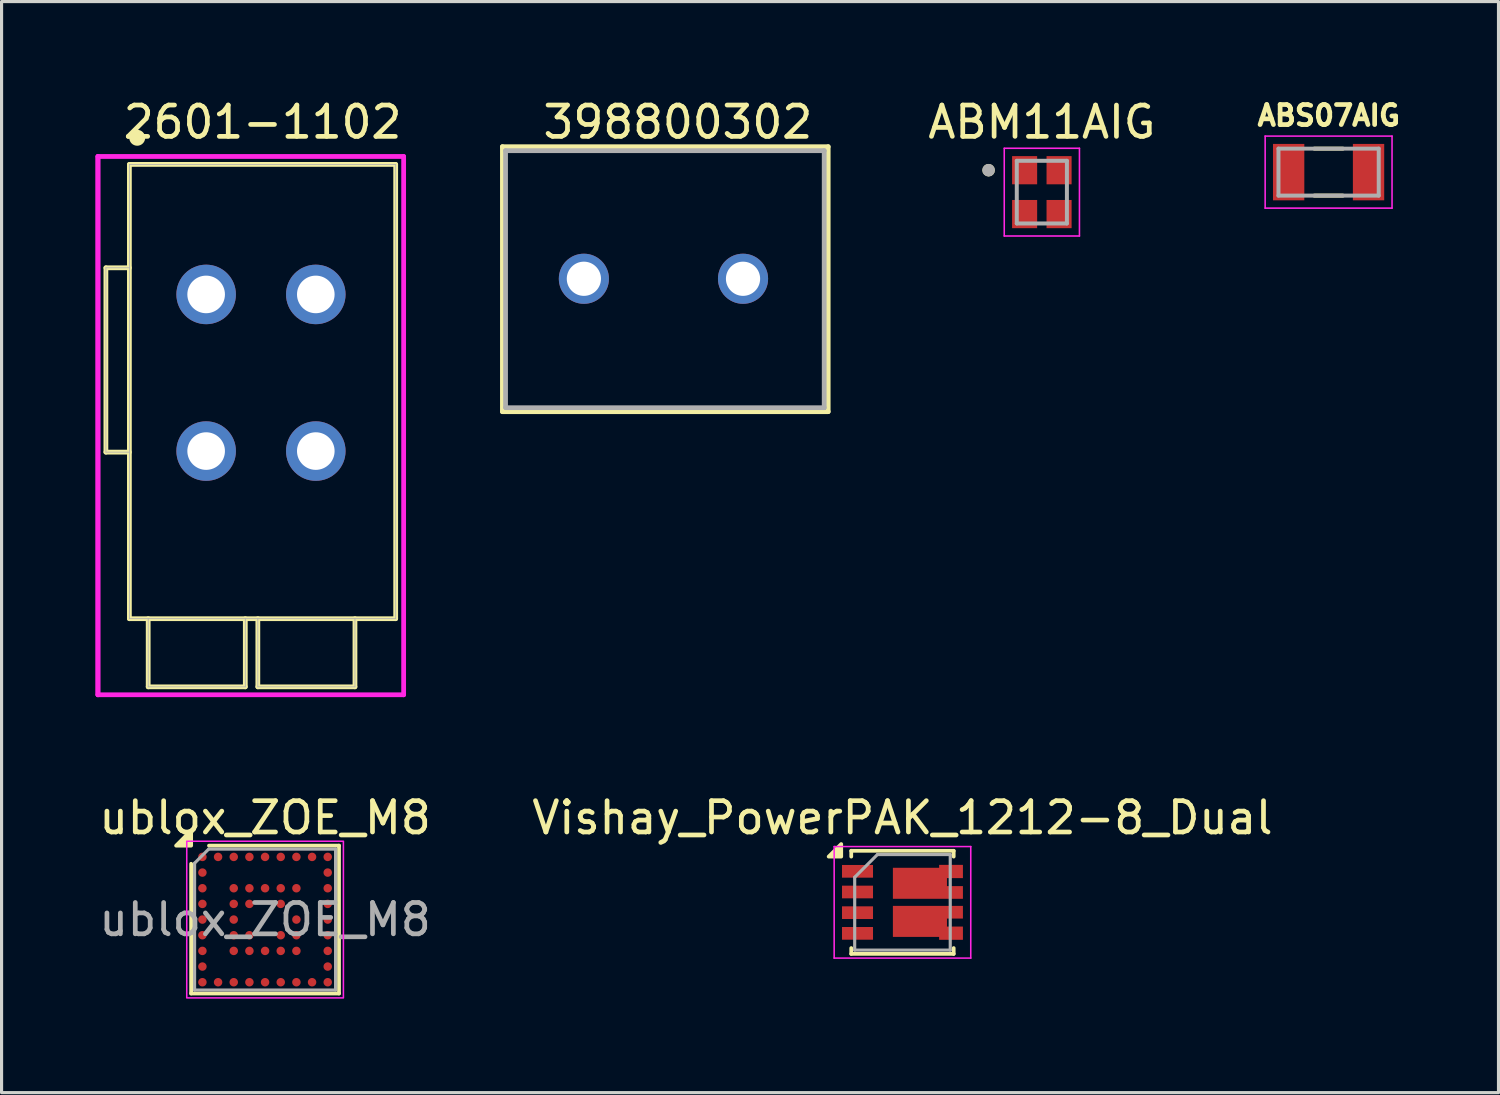
<source format=kicad_pcb>
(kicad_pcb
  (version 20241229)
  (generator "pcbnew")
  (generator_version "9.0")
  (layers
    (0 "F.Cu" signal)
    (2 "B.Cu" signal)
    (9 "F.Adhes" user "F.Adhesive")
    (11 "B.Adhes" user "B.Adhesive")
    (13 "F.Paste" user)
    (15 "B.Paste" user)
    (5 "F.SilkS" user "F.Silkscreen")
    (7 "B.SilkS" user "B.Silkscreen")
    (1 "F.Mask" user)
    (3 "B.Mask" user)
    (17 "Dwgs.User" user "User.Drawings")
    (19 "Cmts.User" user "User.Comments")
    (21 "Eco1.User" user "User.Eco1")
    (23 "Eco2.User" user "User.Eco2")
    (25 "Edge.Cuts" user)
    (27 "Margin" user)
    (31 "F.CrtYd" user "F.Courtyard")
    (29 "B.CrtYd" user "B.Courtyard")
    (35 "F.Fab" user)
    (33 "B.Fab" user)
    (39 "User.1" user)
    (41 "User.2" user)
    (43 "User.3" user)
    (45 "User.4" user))
  (footprint "ublox_ZOE_M8"
    (layer "F.Cu")
    (at 5.411 26.302)
    (property "Reference" "ublox_ZOE_M8" (at 0 -3.25 0) (layer "F.SilkS") (effects (font (size 1 1) (thickness 0.15))))
    (attr smd)
    (fp_line (start -2.36 2.36) (end -2.36 -1.78) (stroke (width 0.12) (type default)) (layer "F.SilkS"))
    (fp_line (start -1.79 -2.36) (end 2.36 -2.36) (stroke (width 0.12) (type default)) (layer "F.SilkS"))
    (fp_line (start 2.36 -2.36) (end 2.36 2.36) (stroke (width 0.12) (type default)) (layer "F.SilkS"))
    (fp_line (start 2.36 2.36) (end -2.36 2.36) (stroke (width 0.12) (type default)) (layer "F.SilkS"))
    (fp_poly (pts (xy -2.36 -2.36) (xy -2.36 -2.84) (xy -2.84 -2.36)) (stroke (width 0.12) (type solid)) (fill yes) (layer "F.SilkS"))
    (fp_rect (start -2.5 -2.5) (end 2.5 2.5) (stroke (width 0.05) (type default)) (fill no) (layer "F.CrtYd"))
    (fp_line (start -2.25 -1.8) (end -1.8 -2.25) (stroke (width 0.1) (type default)) (layer "F.Fab"))
    (fp_line (start -2.25 2.25) (end -2.25 -1.8) (stroke (width 0.1) (type default)) (layer "F.Fab"))
    (fp_line (start -1.8 -2.25) (end 2.25 -2.25) (stroke (width 0.1) (type default)) (layer "F.Fab"))
    (fp_line (start 2.25 -2.25) (end 2.25 2.25) (stroke (width 0.1) (type default)) (layer "F.Fab"))
    (fp_line (start 2.25 2.25) (end -2.25 2.25) (stroke (width 0.1) (type default)) (layer "F.Fab"))
    (fp_text user "${REFERENCE}" (at 0 0 0) (layer "F.Fab") (effects (font (size 1 1) (thickness 0.15))))
    (pad "A1" smd circle (at -2 -2) (size 0.27 0.27) (layers "F.Cu" "F.Mask" "F.Paste"))
    (pad "A2" smd circle (at -1.5 -2) (size 0.27 0.27) (layers "F.Cu" "F.Mask" "F.Paste"))
    (pad "A3" smd circle (at -1 -2) (size 0.27 0.27) (layers "F.Cu" "F.Mask" "F.Paste"))
    (pad "A4" smd circle (at -0.5 -2) (size 0.27 0.27) (layers "F.Cu" "F.Mask" "F.Paste"))
    (pad "A5" smd circle (at 0 -2) (size 0.27 0.27) (layers "F.Cu" "F.Mask" "F.Paste"))
    (pad "A6" smd circle (at 0.5 -2) (size 0.27 0.27) (layers "F.Cu" "F.Mask" "F.Paste"))
    (pad "A7" smd circle (at 1 -2) (size 0.27 0.27) (layers "F.Cu" "F.Mask" "F.Paste"))
    (pad "A8" smd circle (at 1.5 -2) (size 0.27 0.27) (layers "F.Cu" "F.Mask" "F.Paste"))
    (pad "A9" smd circle (at 2 -2) (size 0.27 0.27) (layers "F.Cu" "F.Mask" "F.Paste"))
    (pad "B1" smd circle (at -2 -1.5) (size 0.27 0.27) (layers "F.Cu" "F.Mask" "F.Paste"))
    (pad "B9" smd circle (at 2 -1.5) (size 0.27 0.27) (layers "F.Cu" "F.Mask" "F.Paste"))
    (pad "C1" smd circle (at -2 -1) (size 0.27 0.27) (layers "F.Cu" "F.Mask" "F.Paste"))
    (pad "C3" smd circle (at -1 -1) (size 0.27 0.27) (layers "F.Cu" "F.Mask" "F.Paste"))
    (pad "C4" smd circle (at -0.5 -1) (size 0.27 0.27) (layers "F.Cu" "F.Mask" "F.Paste"))
    (pad "C5" smd circle (at 0 -1) (size 0.27 0.27) (layers "F.Cu" "F.Mask" "F.Paste"))
    (pad "C6" smd circle (at 0.5 -1) (size 0.27 0.27) (layers "F.Cu" "F.Mask" "F.Paste"))
    (pad "C7" smd circle (at 1 -1) (size 0.27 0.27) (layers "F.Cu" "F.Mask" "F.Paste"))
    (pad "C9" smd circle (at 2 -1) (size 0.27 0.27) (layers "F.Cu" "F.Mask" "F.Paste"))
    (pad "D1" smd circle (at -2 -0.5) (size 0.27 0.27) (layers "F.Cu" "F.Mask" "F.Paste"))
    (pad "D3" smd circle (at -1 -0.5) (size 0.27 0.27) (layers "F.Cu" "F.Mask" "F.Paste"))
    (pad "D4" smd circle (at -0.5 -0.5) (size 0.27 0.27) (layers "F.Cu" "F.Mask" "F.Paste"))
    (pad "D6" smd circle (at 0.5 -0.5) (size 0.27 0.27) (layers "F.Cu" "F.Mask" "F.Paste"))
    (pad "D9" smd circle (at 2 -0.5) (size 0.27 0.27) (layers "F.Cu" "F.Mask" "F.Paste"))
    (pad "E1" smd circle (at -2 0) (size 0.27 0.27) (layers "F.Cu" "F.Mask" "F.Paste"))
    (pad "E3" smd circle (at -1 0) (size 0.27 0.27) (layers "F.Cu" "F.Mask" "F.Paste"))
    (pad "E7" smd circle (at 1 0) (size 0.27 0.27) (layers "F.Cu" "F.Mask" "F.Paste"))
    (pad "E9" smd circle (at 2 0) (size 0.27 0.27) (layers "F.Cu" "F.Mask" "F.Paste"))
    (pad "F1" smd circle (at -2 0.5) (size 0.27 0.27) (layers "F.Cu" "F.Mask" "F.Paste"))
    (pad "F3" smd circle (at -1 0.5) (size 0.27 0.27) (layers "F.Cu" "F.Mask" "F.Paste"))
    (pad "F4" smd circle (at -0.5 0.5) (size 0.27 0.27) (layers "F.Cu" "F.Mask" "F.Paste"))
    (pad "F6" smd circle (at 0.5 0.5) (size 0.27 0.27) (layers "F.Cu" "F.Mask" "F.Paste"))
    (pad "F7" smd circle (at 1 0.5) (size 0.27 0.27) (layers "F.Cu" "F.Mask" "F.Paste"))
    (pad "F9" smd circle (at 2 0.5) (size 0.27 0.27) (layers "F.Cu" "F.Mask" "F.Paste"))
    (pad "G1" smd circle (at -2 1) (size 0.27 0.27) (layers "F.Cu" "F.Mask" "F.Paste"))
    (pad "G3" smd circle (at -1 1) (size 0.27 0.27) (layers "F.Cu" "F.Mask" "F.Paste"))
    (pad "G4" smd circle (at -0.5 1) (size 0.27 0.27) (layers "F.Cu" "F.Mask" "F.Paste"))
    (pad "G5" smd circle (at 0 1) (size 0.27 0.27) (layers "F.Cu" "F.Mask" "F.Paste"))
    (pad "G6" smd circle (at 0.5 1) (size 0.27 0.27) (layers "F.Cu" "F.Mask" "F.Paste"))
    (pad "G7" smd circle (at 1 1) (size 0.27 0.27) (layers "F.Cu" "F.Mask" "F.Paste"))
    (pad "G9" smd circle (at 2 1) (size 0.27 0.27) (layers "F.Cu" "F.Mask" "F.Paste"))
    (pad "H1" smd circle (at -2 1.5) (size 0.27 0.27) (layers "F.Cu" "F.Mask" "F.Paste"))
    (pad "H9" smd circle (at 2 1.5) (size 0.27 0.27) (layers "F.Cu" "F.Mask" "F.Paste"))
    (pad "J1" smd circle (at -2 2) (size 0.27 0.27) (layers "F.Cu" "F.Mask" "F.Paste"))
    (pad "J2" smd circle (at -1.5 2) (size 0.27 0.27) (layers "F.Cu" "F.Mask" "F.Paste"))
    (pad "J3" smd circle (at -1 2) (size 0.27 0.27) (layers "F.Cu" "F.Mask" "F.Paste"))
    (pad "J4" smd circle (at -0.5 2) (size 0.27 0.27) (layers "F.Cu" "F.Mask" "F.Paste"))
    (pad "J5" smd circle (at 0 2) (size 0.27 0.27) (layers "F.Cu" "F.Mask" "F.Paste"))
    (pad "J6" smd circle (at 0.5 2) (size 0.27 0.27) (layers "F.Cu" "F.Mask" "F.Paste"))
    (pad "J7" smd circle (at 1 2) (size 0.27 0.27) (layers "F.Cu" "F.Mask" "F.Paste"))
    (pad "J8" smd circle (at 1.5 2) (size 0.27 0.27) (layers "F.Cu" "F.Mask" "F.Paste"))
    (pad "J9" smd circle (at 2 2) (size 0.27 0.27) (layers "F.Cu" "F.Mask" "F.Paste")))
  (footprint "ABM11AIG"
    (layer "F.Cu")
    (at 30.205 3.083)
    (property "Reference" "ABM11AIG" (at 0 -2.235 0) (layer "F.SilkS") (effects (font (size 1 1) (thickness 0.15))))
    (attr smd)
    (fp_circle (center -1.7 -0.7) (end -1.6 -0.7) (stroke (width 0.2) (type solid)) (fill no) (layer "F.SilkS"))
    (fp_line (start -1.2 -1.4) (end -1.2 1.4) (stroke (width 0.05) (type solid)) (layer "F.CrtYd"))
    (fp_line (start -1.2 -1.4) (end 1.2 -1.4) (stroke (width 0.05) (type solid)) (layer "F.CrtYd"))
    (fp_line (start 1.2 -1.4) (end 1.2 1.4) (stroke (width 0.05) (type solid)) (layer "F.CrtYd"))
    (fp_line (start 1.2 1.4) (end -1.2 1.4) (stroke (width 0.05) (type solid)) (layer "F.CrtYd"))
    (fp_line (start -0.8 -1) (end -0.8 1) (stroke (width 0.127) (type solid)) (layer "F.Fab"))
    (fp_line (start -0.8 -1) (end 0.8 -1) (stroke (width 0.127) (type solid)) (layer "F.Fab"))
    (fp_line (start 0.8 -1) (end 0.8 1) (stroke (width 0.127) (type solid)) (layer "F.Fab"))
    (fp_line (start 0.8 1) (end -0.8 1) (stroke (width 0.127) (type solid)) (layer "F.Fab"))
    (fp_circle (center -1.7 -0.7) (end -1.6 -0.7) (stroke (width 0.2) (type solid)) (fill no) (layer "F.Fab"))
    (pad "1" smd rect (at -0.55 -0.7) (size 0.8 0.9) (layers "F.Cu" "F.Mask" "F.Paste"))
    (pad "2" smd rect (at -0.55 0.7) (size 0.8 0.9) (layers "F.Cu" "F.Mask" "F.Paste"))
    (pad "3" smd rect (at 0.55 0.7) (size 0.8 0.9) (layers "F.Cu" "F.Mask" "F.Paste"))
    (pad "4" smd rect (at 0.55 -0.7) (size 0.8 0.9) (layers "F.Cu" "F.Mask" "F.Paste")))
  (footprint "ABS07AIG"
    (layer "F.Cu")
    (at 39.358 2.444)
    (property "Reference" "ABS07AIG" (at 0.007 -1.806 0) (layer "F.SilkS") (effects (font (size 0.64 0.64) (thickness 0.15))))
    (attr smd)
    (fp_line (start -0.455 -0.75) (end 0.455 -0.75) (stroke (width 0.127) (type solid)) (layer "F.SilkS"))
    (fp_line (start -0.455 0.75) (end 0.455 0.75) (stroke (width 0.127) (type solid)) (layer "F.SilkS"))
    (fp_line (start -2.025 -1.15) (end -2.025 1.15) (stroke (width 0.05) (type solid)) (layer "F.CrtYd"))
    (fp_line (start -2.025 1.15) (end 2.025 1.15) (stroke (width 0.05) (type solid)) (layer "F.CrtYd"))
    (fp_line (start 2.025 -1.15) (end -2.025 -1.15) (stroke (width 0.05) (type solid)) (layer "F.CrtYd"))
    (fp_line (start 2.025 1.15) (end 2.025 -1.15) (stroke (width 0.05) (type solid)) (layer "F.CrtYd"))
    (fp_line (start -1.6 -0.75) (end -1.6 0.75) (stroke (width 0.127) (type solid)) (layer "F.Fab"))
    (fp_line (start -1.6 -0.75) (end 1.6 -0.75) (stroke (width 0.127) (type solid)) (layer "F.Fab"))
    (fp_line (start -1.6 0.75) (end 1.6 0.75) (stroke (width 0.127) (type solid)) (layer "F.Fab"))
    (fp_line (start 1.6 -0.75) (end 1.6 0.75) (stroke (width 0.127) (type solid)) (layer "F.Fab"))
    (pad "1" smd rect (at -1.275 0) (size 1 1.8) (layers "F.Cu" "F.Mask" "F.Paste"))
    (pad "2" smd rect (at 1.275 0) (size 1 1.8) (layers "F.Cu" "F.Mask" "F.Paste")))
  (footprint "398800302"
    (layer "F.Cu")
    (at 15.587 5.848)
    (property "Reference" "398800302" (at 3 -5 0) (layer "F.SilkS") (effects (font (size 1 1) (thickness 0.15))))
    (attr through_hole)
    (fp_line (start -2.6 -4.216) (end -2.6 4.242) (stroke (width 0.152) (type solid)) (layer "F.SilkS"))
    (fp_line (start -2.6 4.242) (end 7.798 4.242) (stroke (width 0.152) (type solid)) (layer "F.SilkS"))
    (fp_line (start 7.798 -4.216) (end -2.6 -4.216) (stroke (width 0.152) (type solid)) (layer "F.SilkS"))
    (fp_line (start 7.798 4.242) (end 7.798 -4.216) (stroke (width 0.152) (type solid)) (layer "F.SilkS"))
    (fp_line (start -2.5 -4.089) (end -2.5 4.1) (stroke (width 0.152) (type solid)) (layer "F.Fab"))
    (fp_line (start -2.5 4.115) (end 7.671 4.115) (stroke (width 0.152) (type solid)) (layer "F.Fab"))
    (fp_line (start 7.671 -4.089) (end -2.5 -4.089) (stroke (width 0.152) (type solid)) (layer "F.Fab"))
    (fp_line (start 7.671 4.115) (end 7.671 -4.089) (stroke (width 0.152) (type solid)) (layer "F.Fab"))
    (pad "1" thru_hole circle (at 0 0) (size 1.6 1.6) (drill 1.092) (layers "*.Cu" "*.Mask"))
    (pad "2" thru_hole circle (at 5.08 0) (size 1.6 1.6) (drill 1.092) (layers "*.Cu" "*.Mask")))
  (footprint "2601-1102"
    (layer "F.Cu")
    (at 5.33 8.848)
    (property "Reference" "2601-1102" (at 0 -8 0) (unlocked yes) (layer "F.SilkS") (effects (font (size 1 1) (thickness 0.15))))
    (attr through_hole)
    (fp_line (start -5 2.534) (end -5 -3.35) (stroke (width 0.152) (type solid)) (layer "F.SilkS"))
    (fp_line (start -4.25 -6.65) (end 4.25 -6.65) (stroke (width 0.152) (type solid)) (layer "F.SilkS"))
    (fp_line (start -4.25 7.85) (end -4.25 -6.65) (stroke (width 0.152) (type solid)) (layer "F.SilkS"))
    (fp_line (start -4.25 7.85) (end 4.25 7.85) (stroke (width 0.152) (type solid)) (layer "F.SilkS"))
    (fp_line (start -4.25 -3.35) (end -5 -3.35) (stroke (width 0.152) (type solid)) (layer "F.SilkS"))
    (fp_line (start -4.25 2.534) (end -5 2.534) (stroke (width 0.152) (type solid)) (layer "F.SilkS"))
    (fp_line (start -3.65 7.85) (end -3.65 10.025) (stroke (width 0.152) (type solid)) (layer "F.SilkS"))
    (fp_line (start -3.65 10.025) (end -0.55 10.025) (stroke (width 0.152) (type solid)) (layer "F.SilkS"))
    (fp_line (start -0.55 7.85) (end -0.55 10.025) (stroke (width 0.152) (type solid)) (layer "F.SilkS"))
    (fp_line (start -0.15 7.85) (end -0.15 10.025) (stroke (width 0.152) (type solid)) (layer "F.SilkS"))
    (fp_line (start -0.15 10.025) (end 2.95 10.025) (stroke (width 0.152) (type solid)) (layer "F.SilkS"))
    (fp_line (start 2.95 7.85) (end 2.95 10.025) (stroke (width 0.152) (type solid)) (layer "F.SilkS"))
    (fp_line (start 4.25 -6.65) (end 4.25 7.85) (stroke (width 0.152) (type solid)) (layer "F.SilkS"))
    (fp_circle (center -4 -7.5) (end -4 -7.5) (stroke (width 0.508) (type solid)) (fill yes) (layer "F.SilkS"))
    (fp_line (start -5.254 -6.904) (end -5.254 10.279) (stroke (width 0.152) (type solid)) (layer "F.CrtYd"))
    (fp_line (start -5.254 -6.904) (end -5.254 10.279) (stroke (width 0.152) (type solid)) (layer "F.CrtYd"))
    (fp_line (start -5.254 10.279) (end 4.504 10.279) (stroke (width 0.152) (type solid)) (layer "F.CrtYd"))
    (fp_line (start 4.504 -6.904) (end -5.254 -6.904) (stroke (width 0.152) (type solid)) (layer "F.CrtYd"))
    (fp_line (start 4.504 10.279) (end 4.504 -6.904) (stroke (width 0.152) (type solid)) (layer "F.CrtYd"))
    (fp_line (start -5 2.534) (end -5 -3.35) (stroke (width 0.025) (type solid)) (layer "F.Fab"))
    (fp_line (start -4.25 -6.65) (end 4.25 -6.65) (stroke (width 0.025) (type solid)) (layer "F.Fab"))
    (fp_line (start -4.25 7.85) (end -4.25 -6.65) (stroke (width 0.025) (type solid)) (layer "F.Fab"))
    (fp_line (start -4.25 7.85) (end 4.25 7.85) (stroke (width 0.025) (type solid)) (layer "F.Fab"))
    (fp_line (start -4.25 -3.35) (end -5 -3.35) (stroke (width 0.025) (type solid)) (layer "F.Fab"))
    (fp_line (start -4.25 2.534) (end -5 2.534) (stroke (width 0.025) (type solid)) (layer "F.Fab"))
    (fp_line (start -3.65 7.85) (end -3.65 10.025) (stroke (width 0.025) (type solid)) (layer "F.Fab"))
    (fp_line (start -3.65 10.025) (end -0.55 10.025) (stroke (width 0.025) (type solid)) (layer "F.Fab"))
    (fp_line (start -0.55 7.85) (end -0.55 10.025) (stroke (width 0.025) (type solid)) (layer "F.Fab"))
    (fp_line (start -0.15 7.85) (end -0.15 10.025) (stroke (width 0.025) (type solid)) (layer "F.Fab"))
    (fp_line (start -0.15 10.025) (end 2.95 10.025) (stroke (width 0.025) (type solid)) (layer "F.Fab"))
    (fp_line (start 2.95 7.85) (end 2.95 10.025) (stroke (width 0.025) (type solid)) (layer "F.Fab"))
    (fp_line (start 4.25 -6.65) (end 4.25 7.85) (stroke (width 0.025) (type solid)) (layer "F.Fab"))
    (pad "1" thru_hole circle (at -1.8 -2.5) (size 1.9 1.9) (drill 1.2) (layers "*.Cu" "*.Mask"))
    (pad "1" thru_hole circle (at -1.8 2.5) (size 1.9 1.9) (drill 1.2) (layers "*.Cu" "*.Mask"))
    (pad "2" thru_hole circle (at 1.7 -2.5) (size 1.9 1.9) (drill 1.2) (layers "*.Cu" "*.Mask"))
    (pad "2" thru_hole circle (at 1.7 2.5) (size 1.9 1.9) (drill 1.2) (layers "*.Cu" "*.Mask")))
  (footprint "Vishay_PowerPAK_1212-8_Dual"
    (layer "F.Cu")
    (at 25.756 25.752)
    (property "Reference" "Vishay_PowerPAK_1212-8_Dual" (at 0 -2.7 0) (layer "F.SilkS") (effects (font (size 1 1) (thickness 0.15))))
    (attr smd)
    (fp_line (start -1.635 -1.645) (end 1.635 -1.645) (stroke (width 0.12) (type solid)) (layer "F.SilkS"))
    (fp_line (start -1.635 -1.46) (end -1.635 -1.645) (stroke (width 0.12) (type solid)) (layer "F.SilkS"))
    (fp_line (start -1.635 1.46) (end -1.635 1.645) (stroke (width 0.12) (type solid)) (layer "F.SilkS"))
    (fp_line (start -1.635 1.645) (end 1.635 1.645) (stroke (width 0.12) (type solid)) (layer "F.SilkS"))
    (fp_line (start 1.635 -1.46) (end 1.635 -1.645) (stroke (width 0.12) (type solid)) (layer "F.SilkS"))
    (fp_line (start 1.635 1.46) (end 1.635 1.645) (stroke (width 0.12) (type solid)) (layer "F.SilkS"))
    (fp_poly (pts (xy -2.355 -1.46) (xy -1.955 -1.86) (xy -1.955 -1.46)) (stroke (width 0.12) (type solid)) (fill yes) (layer "F.SilkS"))
    (fp_line (start -2.18 -1.78) (end -2.18 1.78) (stroke (width 0.05) (type solid)) (layer "F.CrtYd"))
    (fp_line (start -2.18 -1.78) (end 2.18 -1.78) (stroke (width 0.05) (type solid)) (layer "F.CrtYd"))
    (fp_line (start -2.18 1.78) (end 2.18 1.78) (stroke (width 0.05) (type solid)) (layer "F.CrtYd"))
    (fp_line (start 2.18 -1.78) (end 2.18 1.78) (stroke (width 0.05) (type solid)) (layer "F.CrtYd"))
    (fp_line (start -1.525 -0.8) (end -1.525 1.525) (stroke (width 0.1) (type solid)) (layer "F.Fab"))
    (fp_line (start -1.525 -0.8) (end -0.8 -1.525) (stroke (width 0.1) (type solid)) (layer "F.Fab"))
    (fp_line (start -1.525 1.525) (end 1.525 1.525) (stroke (width 0.1) (type solid)) (layer "F.Fab"))
    (fp_line (start -0.8 -1.525) (end 1.525 -1.525) (stroke (width 0.1) (type solid)) (layer "F.Fab"))
    (fp_line (start 1.525 -1.525) (end 1.525 1.525) (stroke (width 0.1) (type solid)) (layer "F.Fab"))
    (pad "1" smd rect (at -1.435 -0.99) (size 0.99 0.405) (layers "F.Cu" "F.Mask" "F.Paste"))
    (pad "2" smd rect (at -1.435 -0.33) (size 0.99 0.405) (layers "F.Cu" "F.Mask" "F.Paste"))
    (pad "3" smd rect (at -1.435 0.33) (size 0.99 0.405) (layers "F.Cu" "F.Mask" "F.Paste"))
    (pad "4" smd rect (at -1.435 0.99) (size 0.99 0.405) (layers "F.Cu" "F.Mask" "F.Paste"))
    (pad "5" smd custom (at 0.557 0.608) (size 1.725 0.99) (layers "F.Cu" "F.Mask" "F.Paste") (options (anchor rect)) (primitives (gr_poly (pts (xy 1.373 -0.09) (xy 0.863 -0.09) (xy 0.863 0.165) (xy 1.373 0.165) (xy 1.373 0.588) (xy 0.613 0.588) (xy 0.613 -0.495) (xy 1.373 -0.495)) (width 0) (fill yes))))
    (pad "6" smd custom (at 0.557 -0.608) (size 1.725 0.99) (layers "F.Cu" "F.Mask" "F.Paste") (options (anchor rect)) (primitives (gr_poly (pts (xy 1.373 -0.165) (xy 0.863 -0.165) (xy 0.863 0.09) (xy 1.373 0.09) (xy 1.373 0.495) (xy 0.613 0.495) (xy 0.613 -0.588) (xy 1.373 -0.588)) (width 0) (fill yes)))))
  (gr_rect
    (start -3 -3)
    (end 44.781 31.827)
    (stroke (width 0.1) (type default))
    (fill no)
    (layer "Edge.Cuts")))
</source>
